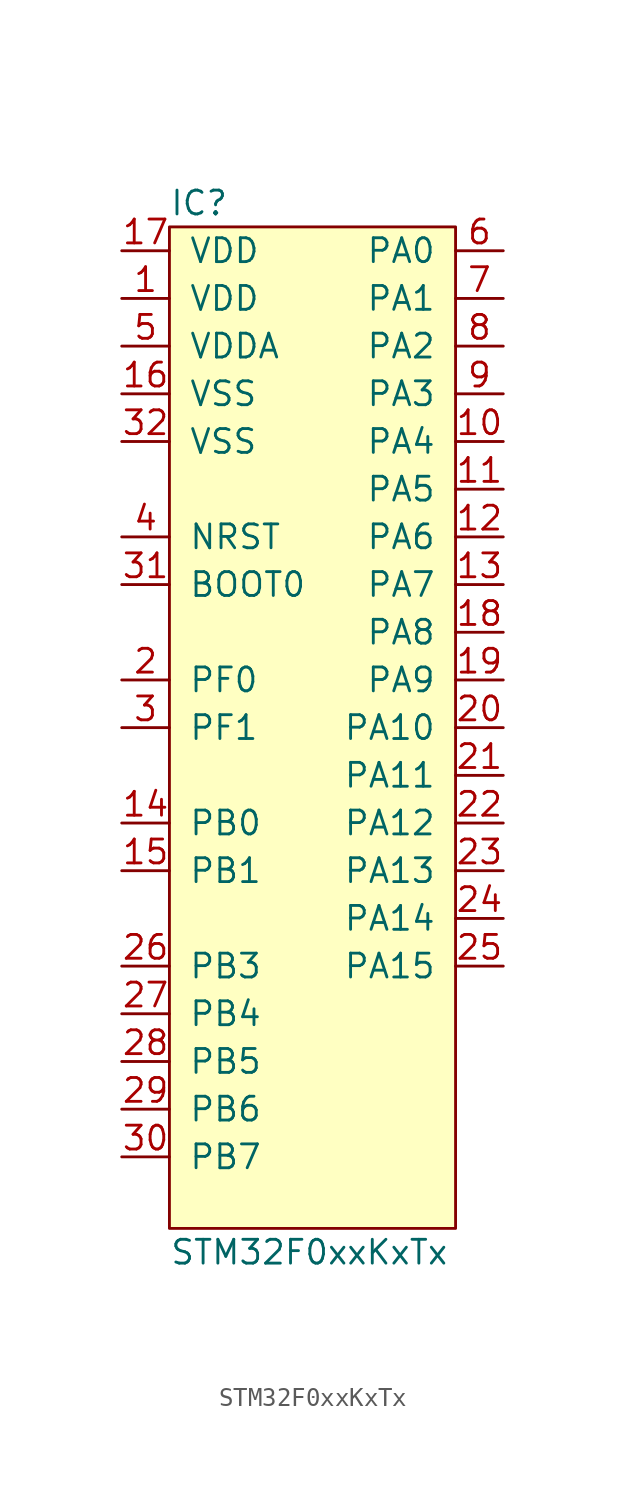
<source format=kicad_sym>
(kicad_symbol_lib
  (version 20211014)
  (generator agg_kicad.build_lib_ic)
  (symbol "STM32F0xxKxTx"
    (pin_names
      (offset 1.016))
    (property Reference IC
      (at -7.62 27.94 0)
      (effects (font (size 1.27 1.27)) (justify left)))
    (property Value "STM32F0xxKxTx"
      (at -7.62 -27.94 0)
      (effects (font (size 1.27 1.27)) (justify left)))
    (symbol "STM32F0xxKxTx_0_0"
      (rectangle (start -7.62 26.67) (end 7.62 -26.67) (stroke (width 0) (type default) (color 0 0 0 0)) (fill (type background)))
      (pin power_in line (at -10.16 25.4 0) (length 2.54) (name VDD (effects (font (size 1.27 1.27)))) (number "17" (effects (font (size 1.27 1.27)))))
      (pin power_in line (at -10.16 22.86 0) (length 2.54) (name VDD (effects (font (size 1.27 1.27)))) (number "1" (effects (font (size 1.27 1.27)))))
      (pin power_in line (at -10.16 20.32 0) (length 2.54) (name VDDA (effects (font (size 1.27 1.27)))) (number "5" (effects (font (size 1.27 1.27)))))
      (pin power_in line (at -10.16 17.78 0) (length 2.54) (name VSS (effects (font (size 1.27 1.27)))) (number "16" (effects (font (size 1.27 1.27)))))
      (pin power_in line (at -10.16 15.24 0) (length 2.54) (name VSS (effects (font (size 1.27 1.27)))) (number "32" (effects (font (size 1.27 1.27)))))
      (pin input line (at -10.16 10.16 0) (length 2.54) (name NRST (effects (font (size 1.27 1.27)))) (number "4" (effects (font (size 1.27 1.27)))))
      (pin input line (at -10.16 7.62 0) (length 2.54) (name "BOOT0" (effects (font (size 1.27 1.27)))) (number "31" (effects (font (size 1.27 1.27)))))
      (pin bidirectional line (at -10.16 2.54 0) (length 2.54) (name "PF0" (effects (font (size 1.27 1.27)))) (number "2" (effects (font (size 1.27 1.27)))))
      (pin bidirectional line (at -10.16 0 0) (length 2.54) (name "PF1" (effects (font (size 1.27 1.27)))) (number "3" (effects (font (size 1.27 1.27)))))
      (pin bidirectional line (at -10.16 -5.08 0) (length 2.54) (name "PB0" (effects (font (size 1.27 1.27)))) (number "14" (effects (font (size 1.27 1.27)))))
      (pin bidirectional line (at -10.16 -7.62 0) (length 2.54) (name "PB1" (effects (font (size 1.27 1.27)))) (number "15" (effects (font (size 1.27 1.27)))))
      (pin bidirectional line (at -10.16 -12.7 0) (length 2.54) (name "PB3" (effects (font (size 1.27 1.27)))) (number "26" (effects (font (size 1.27 1.27)))))
      (pin bidirectional line (at -10.16 -15.24 0) (length 2.54) (name "PB4" (effects (font (size 1.27 1.27)))) (number "27" (effects (font (size 1.27 1.27)))))
      (pin bidirectional line (at -10.16 -17.78 0) (length 2.54) (name "PB5" (effects (font (size 1.27 1.27)))) (number "28" (effects (font (size 1.27 1.27)))))
      (pin bidirectional line (at -10.16 -20.32 0) (length 2.54) (name "PB6" (effects (font (size 1.27 1.27)))) (number "29" (effects (font (size 1.27 1.27)))))
      (pin bidirectional line (at -10.16 -22.86 0) (length 2.54) (name "PB7" (effects (font (size 1.27 1.27)))) (number "30" (effects (font (size 1.27 1.27)))))
      (pin bidirectional line (at 10.16 25.4 180) (length 2.54) (name "PA0" (effects (font (size 1.27 1.27)))) (number "6" (effects (font (size 1.27 1.27)))))
      (pin bidirectional line (at 10.16 22.86 180) (length 2.54) (name "PA1" (effects (font (size 1.27 1.27)))) (number "7" (effects (font (size 1.27 1.27)))))
      (pin bidirectional line (at 10.16 20.32 180) (length 2.54) (name "PA2" (effects (font (size 1.27 1.27)))) (number "8" (effects (font (size 1.27 1.27)))))
      (pin bidirectional line (at 10.16 17.78 180) (length 2.54) (name "PA3" (effects (font (size 1.27 1.27)))) (number "9" (effects (font (size 1.27 1.27)))))
      (pin bidirectional line (at 10.16 15.24 180) (length 2.54) (name "PA4" (effects (font (size 1.27 1.27)))) (number "10" (effects (font (size 1.27 1.27)))))
      (pin bidirectional line (at 10.16 12.7 180) (length 2.54) (name "PA5" (effects (font (size 1.27 1.27)))) (number "11" (effects (font (size 1.27 1.27)))))
      (pin bidirectional line (at 10.16 10.16 180) (length 2.54) (name "PA6" (effects (font (size 1.27 1.27)))) (number "12" (effects (font (size 1.27 1.27)))))
      (pin bidirectional line (at 10.16 7.62 180) (length 2.54) (name "PA7" (effects (font (size 1.27 1.27)))) (number "13" (effects (font (size 1.27 1.27)))))
      (pin bidirectional line (at 10.16 5.08 180) (length 2.54) (name "PA8" (effects (font (size 1.27 1.27)))) (number "18" (effects (font (size 1.27 1.27)))))
      (pin bidirectional line (at 10.16 2.54 180) (length 2.54) (name "PA9" (effects (font (size 1.27 1.27)))) (number "19" (effects (font (size 1.27 1.27)))))
      (pin bidirectional line (at 10.16 0 180) (length 2.54) (name "PA10" (effects (font (size 1.27 1.27)))) (number "20" (effects (font (size 1.27 1.27)))))
      (pin bidirectional line (at 10.16 -2.54 180) (length 2.54) (name "PA11" (effects (font (size 1.27 1.27)))) (number "21" (effects (font (size 1.27 1.27)))))
      (pin bidirectional line (at 10.16 -5.08 180) (length 2.54) (name "PA12" (effects (font (size 1.27 1.27)))) (number "22" (effects (font (size 1.27 1.27)))))
      (pin bidirectional line (at 10.16 -7.62 180) (length 2.54) (name "PA13" (effects (font (size 1.27 1.27)))) (number "23" (effects (font (size 1.27 1.27)))))
      (pin bidirectional line (at 10.16 -10.16 180) (length 2.54) (name "PA14" (effects (font (size 1.27 1.27)))) (number "24" (effects (font (size 1.27 1.27)))))
      (pin bidirectional line (at 10.16 -12.7 180) (length 2.54) (name "PA15" (effects (font (size 1.27 1.27)))) (number "25" (effects (font (size 1.27 1.27))))))))
</source>
